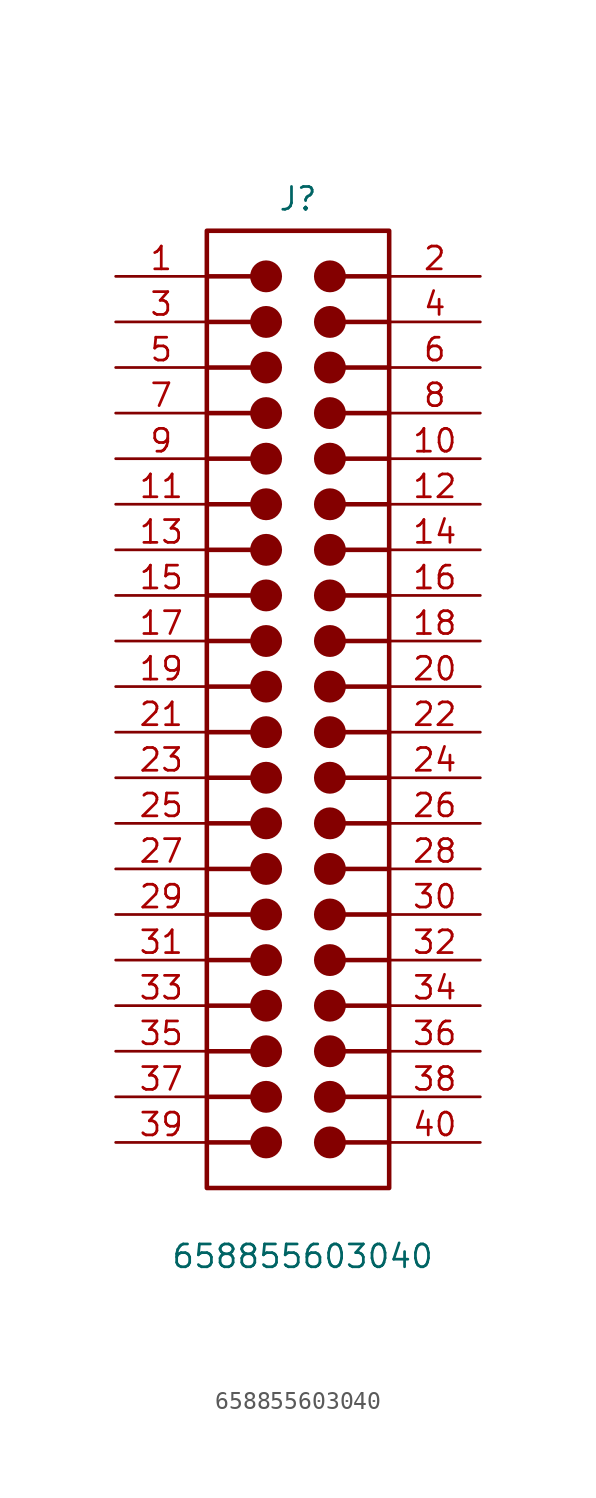
<source format=kicad_sym>
(kicad_symbol_lib
  (version 20241209)
  (generator "kicad_symbol_editor")
  (generator_version "9.0")
  (symbol "658855603040"
    (pin_names
      (hide yes))
    (property "Reference" "J"
      (at 0 27.178 0)
      (effects (font (size 1.27 1.27))))
    (property "Value" "658855603040"
      (at 0.254 -31.75 0)
      (effects (font (size 1.27 1.27))))
    (symbol "658855603040_1_1"
      (rectangle (start -5.08 25.4) (end 5.08 -27.94) (stroke (width 0.254) (type solid)) (fill (type none)))
      (polyline (pts (xy -5.08 22.86) (xy -2.54 22.86)) (stroke (width 0.254) (type solid)) (fill (type none)))
      (polyline (pts (xy -5.08 20.32) (xy -2.54 20.32)) (stroke (width 0.254) (type solid)) (fill (type none)))
      (polyline (pts (xy -5.08 17.78) (xy -2.54 17.78)) (stroke (width 0.254) (type solid)) (fill (type none)))
      (polyline (pts (xy -5.08 15.24) (xy -2.54 15.24)) (stroke (width 0.254) (type solid)) (fill (type none)))
      (polyline (pts (xy -5.08 12.7) (xy -2.54 12.7)) (stroke (width 0.254) (type solid)) (fill (type none)))
      (polyline (pts (xy -5.08 10.16) (xy -2.54 10.16)) (stroke (width 0.254) (type solid)) (fill (type none)))
      (polyline (pts (xy -5.08 7.62) (xy -2.54 7.62)) (stroke (width 0.254) (type solid)) (fill (type none)))
      (polyline (pts (xy -5.08 5.08) (xy -2.54 5.08)) (stroke (width 0.254) (type solid)) (fill (type none)))
      (polyline (pts (xy -5.08 2.54) (xy -2.54 2.54)) (stroke (width 0.254) (type solid)) (fill (type none)))
      (polyline (pts (xy -5.08 0) (xy -2.54 0)) (stroke (width 0.254) (type solid)) (fill (type none)))
      (polyline (pts (xy -5.08 -2.54) (xy -2.54 -2.54)) (stroke (width 0.254) (type solid)) (fill (type none)))
      (polyline (pts (xy -5.08 -5.08) (xy -2.54 -5.08)) (stroke (width 0.254) (type solid)) (fill (type none)))
      (polyline (pts (xy -5.08 -7.62) (xy -2.54 -7.62)) (stroke (width 0.254) (type solid)) (fill (type none)))
      (polyline (pts (xy -5.08 -10.16) (xy -2.54 -10.16)) (stroke (width 0.254) (type solid)) (fill (type none)))
      (polyline (pts (xy -5.08 -12.7) (xy -2.54 -12.7)) (stroke (width 0.254) (type solid)) (fill (type none)))
      (polyline (pts (xy -5.08 -15.24) (xy -2.54 -15.24)) (stroke (width 0.254) (type solid)) (fill (type none)))
      (polyline (pts (xy -5.08 -17.78) (xy -2.54 -17.78)) (stroke (width 0.254) (type solid)) (fill (type none)))
      (polyline (pts (xy -5.08 -20.32) (xy -2.54 -20.32)) (stroke (width 0.254) (type solid)) (fill (type none)))
      (polyline (pts (xy -5.08 -22.86) (xy -2.54 -22.86)) (stroke (width 0.254) (type solid)) (fill (type none)))
      (polyline (pts (xy -5.08 -25.4) (xy -2.54 -25.4)) (stroke (width 0.254) (type solid)) (fill (type none)))
      (circle (center -1.778 22.86) (radius 0.762) (stroke (width 0.254) (type solid)) (fill (type outline)))
      (circle (center -1.778 20.32) (radius 0.762) (stroke (width 0.254) (type solid)) (fill (type outline)))
      (circle (center -1.778 17.78) (radius 0.762) (stroke (width 0.254) (type solid)) (fill (type outline)))
      (circle (center -1.778 15.24) (radius 0.762) (stroke (width 0.254) (type solid)) (fill (type outline)))
      (circle (center -1.778 12.7) (radius 0.762) (stroke (width 0.254) (type solid)) (fill (type outline)))
      (circle (center -1.778 10.16) (radius 0.762) (stroke (width 0.254) (type solid)) (fill (type outline)))
      (circle (center -1.778 7.62) (radius 0.762) (stroke (width 0.254) (type solid)) (fill (type outline)))
      (circle (center -1.778 5.08) (radius 0.762) (stroke (width 0.254) (type solid)) (fill (type outline)))
      (circle (center -1.778 2.54) (radius 0.762) (stroke (width 0.254) (type solid)) (fill (type outline)))
      (circle (center -1.778 0) (radius 0.762) (stroke (width 0.254) (type solid)) (fill (type outline)))
      (circle (center -1.778 -2.54) (radius 0.762) (stroke (width 0.254) (type solid)) (fill (type outline)))
      (circle (center -1.778 -5.08) (radius 0.762) (stroke (width 0.254) (type solid)) (fill (type outline)))
      (circle (center -1.778 -7.62) (radius 0.762) (stroke (width 0.254) (type solid)) (fill (type outline)))
      (circle (center -1.778 -10.16) (radius 0.762) (stroke (width 0.254) (type solid)) (fill (type outline)))
      (circle (center -1.778 -12.7) (radius 0.762) (stroke (width 0.254) (type solid)) (fill (type outline)))
      (circle (center -1.778 -15.24) (radius 0.762) (stroke (width 0.254) (type solid)) (fill (type outline)))
      (circle (center -1.778 -17.78) (radius 0.762) (stroke (width 0.254) (type solid)) (fill (type outline)))
      (circle (center -1.778 -20.32) (radius 0.762) (stroke (width 0.254) (type solid)) (fill (type outline)))
      (circle (center -1.778 -22.86) (radius 0.762) (stroke (width 0.254) (type solid)) (fill (type outline)))
      (circle (center -1.778 -25.4) (radius 0.762) (stroke (width 0.254) (type solid)) (fill (type outline)))
      (circle (center 1.778 22.86) (radius 0.762) (stroke (width 0.254) (type solid)) (fill (type outline)))
      (circle (center 1.778 20.32) (radius 0.762) (stroke (width 0.254) (type solid)) (fill (type outline)))
      (circle (center 1.778 17.78) (radius 0.762) (stroke (width 0.254) (type solid)) (fill (type outline)))
      (circle (center 1.778 15.24) (radius 0.762) (stroke (width 0.254) (type solid)) (fill (type outline)))
      (circle (center 1.778 12.7) (radius 0.762) (stroke (width 0.254) (type solid)) (fill (type outline)))
      (circle (center 1.778 10.16) (radius 0.762) (stroke (width 0.254) (type solid)) (fill (type outline)))
      (circle (center 1.778 7.62) (radius 0.762) (stroke (width 0.254) (type solid)) (fill (type outline)))
      (circle (center 1.778 5.08) (radius 0.762) (stroke (width 0.254) (type solid)) (fill (type outline)))
      (circle (center 1.778 2.54) (radius 0.762) (stroke (width 0.254) (type solid)) (fill (type outline)))
      (circle (center 1.778 0) (radius 0.762) (stroke (width 0.254) (type solid)) (fill (type outline)))
      (circle (center 1.778 -2.54) (radius 0.762) (stroke (width 0.254) (type solid)) (fill (type outline)))
      (circle (center 1.778 -5.08) (radius 0.762) (stroke (width 0.254) (type solid)) (fill (type outline)))
      (circle (center 1.778 -7.62) (radius 0.762) (stroke (width 0.254) (type solid)) (fill (type outline)))
      (circle (center 1.778 -10.16) (radius 0.762) (stroke (width 0.254) (type solid)) (fill (type outline)))
      (circle (center 1.778 -12.7) (radius 0.762) (stroke (width 0.254) (type solid)) (fill (type outline)))
      (circle (center 1.778 -15.24) (radius 0.762) (stroke (width 0.254) (type solid)) (fill (type outline)))
      (circle (center 1.778 -17.78) (radius 0.762) (stroke (width 0.254) (type solid)) (fill (type outline)))
      (circle (center 1.778 -20.32) (radius 0.762) (stroke (width 0.254) (type solid)) (fill (type outline)))
      (circle (center 1.778 -22.86) (radius 0.762) (stroke (width 0.254) (type solid)) (fill (type outline)))
      (circle (center 1.778 -25.4) (radius 0.762) (stroke (width 0.254) (type solid)) (fill (type outline)))
      (polyline (pts (xy 5.08 22.86) (xy 2.54 22.86)) (stroke (width 0.254) (type solid)) (fill (type none)))
      (polyline (pts (xy 5.08 20.32) (xy 2.54 20.32)) (stroke (width 0.254) (type solid)) (fill (type none)))
      (polyline (pts (xy 5.08 17.78) (xy 2.54 17.78)) (stroke (width 0.254) (type solid)) (fill (type none)))
      (polyline (pts (xy 5.08 15.24) (xy 2.54 15.24)) (stroke (width 0.254) (type solid)) (fill (type none)))
      (polyline (pts (xy 5.08 12.7) (xy 2.54 12.7)) (stroke (width 0.254) (type solid)) (fill (type none)))
      (polyline (pts (xy 5.08 10.16) (xy 2.54 10.16)) (stroke (width 0.254) (type solid)) (fill (type none)))
      (polyline (pts (xy 5.08 7.62) (xy 2.54 7.62)) (stroke (width 0.254) (type solid)) (fill (type none)))
      (polyline (pts (xy 5.08 5.08) (xy 2.54 5.08)) (stroke (width 0.254) (type solid)) (fill (type none)))
      (polyline (pts (xy 5.08 2.54) (xy 2.54 2.54)) (stroke (width 0.254) (type solid)) (fill (type none)))
      (polyline (pts (xy 5.08 0) (xy 2.54 0)) (stroke (width 0.254) (type solid)) (fill (type none)))
      (polyline (pts (xy 5.08 -2.54) (xy 2.54 -2.54)) (stroke (width 0.254) (type solid)) (fill (type none)))
      (polyline (pts (xy 5.08 -5.08) (xy 2.54 -5.08)) (stroke (width 0.254) (type solid)) (fill (type none)))
      (polyline (pts (xy 5.08 -7.62) (xy 2.54 -7.62)) (stroke (width 0.254) (type solid)) (fill (type none)))
      (polyline (pts (xy 5.08 -10.16) (xy 2.54 -10.16)) (stroke (width 0.254) (type solid)) (fill (type none)))
      (polyline (pts (xy 5.08 -12.7) (xy 2.54 -12.7)) (stroke (width 0.254) (type solid)) (fill (type none)))
      (polyline (pts (xy 5.08 -15.24) (xy 2.54 -15.24)) (stroke (width 0.254) (type solid)) (fill (type none)))
      (polyline (pts (xy 5.08 -17.78) (xy 2.54 -17.78)) (stroke (width 0.254) (type solid)) (fill (type none)))
      (polyline (pts (xy 5.08 -20.32) (xy 2.54 -20.32)) (stroke (width 0.254) (type solid)) (fill (type none)))
      (polyline (pts (xy 5.08 -22.86) (xy 2.54 -22.86)) (stroke (width 0.254) (type solid)) (fill (type none)))
      (polyline (pts (xy 5.08 -25.4) (xy 2.54 -25.4)) (stroke (width 0.254) (type solid)) (fill (type none)))
      (pin passive line (at -10.16 22.86 0) (length 5.08) (name "1" (effects (font (size 1.27 1.27)))) (number "1" (effects (font (size 1.27 1.27)))))
      (pin passive line (at -10.16 20.32 0) (length 5.08) (name "3" (effects (font (size 1.27 1.27)))) (number "3" (effects (font (size 1.27 1.27)))))
      (pin passive line (at -10.16 17.78 0) (length 5.08) (name "5" (effects (font (size 1.27 1.27)))) (number "5" (effects (font (size 1.27 1.27)))))
      (pin passive line (at -10.16 15.24 0) (length 5.08) (name "7" (effects (font (size 1.27 1.27)))) (number "7" (effects (font (size 1.27 1.27)))))
      (pin passive line (at -10.16 12.7 0) (length 5.08) (name "9" (effects (font (size 1.27 1.27)))) (number "9" (effects (font (size 1.27 1.27)))))
      (pin passive line (at -10.16 10.16 0) (length 5.08) (name "11" (effects (font (size 1.27 1.27)))) (number "11" (effects (font (size 1.27 1.27)))))
      (pin passive line (at -10.16 7.62 0) (length 5.08) (name "13" (effects (font (size 1.27 1.27)))) (number "13" (effects (font (size 1.27 1.27)))))
      (pin passive line (at -10.16 5.08 0) (length 5.08) (name "15" (effects (font (size 1.27 1.27)))) (number "15" (effects (font (size 1.27 1.27)))))
      (pin passive line (at -10.16 2.54 0) (length 5.08) (name "17" (effects (font (size 1.27 1.27)))) (number "17" (effects (font (size 1.27 1.27)))))
      (pin passive line (at -10.16 0 0) (length 5.08) (name "19" (effects (font (size 1.27 1.27)))) (number "19" (effects (font (size 1.27 1.27)))))
      (pin passive line (at -10.16 -2.54 0) (length 5.08) (name "21" (effects (font (size 1.27 1.27)))) (number "21" (effects (font (size 1.27 1.27)))))
      (pin passive line (at -10.16 -5.08 0) (length 5.08) (name "23" (effects (font (size 1.27 1.27)))) (number "23" (effects (font (size 1.27 1.27)))))
      (pin passive line (at -10.16 -7.62 0) (length 5.08) (name "25" (effects (font (size 1.27 1.27)))) (number "25" (effects (font (size 1.27 1.27)))))
      (pin passive line (at -10.16 -10.16 0) (length 5.08) (name "27" (effects (font (size 1.27 1.27)))) (number "27" (effects (font (size 1.27 1.27)))))
      (pin passive line (at -10.16 -12.7 0) (length 5.08) (name "29" (effects (font (size 1.27 1.27)))) (number "29" (effects (font (size 1.27 1.27)))))
      (pin passive line (at -10.16 -15.24 0) (length 5.08) (name "31" (effects (font (size 1.27 1.27)))) (number "31" (effects (font (size 1.27 1.27)))))
      (pin passive line (at -10.16 -17.78 0) (length 5.08) (name "33" (effects (font (size 1.27 1.27)))) (number "33" (effects (font (size 1.27 1.27)))))
      (pin passive line (at -10.16 -20.32 0) (length 5.08) (name "35" (effects (font (size 1.27 1.27)))) (number "35" (effects (font (size 1.27 1.27)))))
      (pin passive line (at -10.16 -22.86 0) (length 5.08) (name "37" (effects (font (size 1.27 1.27)))) (number "37" (effects (font (size 1.27 1.27)))))
      (pin passive line (at -10.16 -25.4 0) (length 5.08) (name "39" (effects (font (size 1.27 1.27)))) (number "39" (effects (font (size 1.27 1.27)))))
      (pin passive line (at 10.16 22.86 180) (length 5.08) (name "2" (effects (font (size 1.27 1.27)))) (number "2" (effects (font (size 1.27 1.27)))))
      (pin passive line (at 10.16 20.32 180) (length 5.08) (name "4" (effects (font (size 1.27 1.27)))) (number "4" (effects (font (size 1.27 1.27)))))
      (pin passive line (at 10.16 17.78 180) (length 5.08) (name "6" (effects (font (size 1.27 1.27)))) (number "6" (effects (font (size 1.27 1.27)))))
      (pin passive line (at 10.16 15.24 180) (length 5.08) (name "8" (effects (font (size 1.27 1.27)))) (number "8" (effects (font (size 1.27 1.27)))))
      (pin passive line (at 10.16 12.7 180) (length 5.08) (name "10" (effects (font (size 1.27 1.27)))) (number "10" (effects (font (size 1.27 1.27)))))
      (pin passive line (at 10.16 10.16 180) (length 5.08) (name "12" (effects (font (size 1.27 1.27)))) (number "12" (effects (font (size 1.27 1.27)))))
      (pin passive line (at 10.16 7.62 180) (length 5.08) (name "14" (effects (font (size 1.27 1.27)))) (number "14" (effects (font (size 1.27 1.27)))))
      (pin passive line (at 10.16 5.08 180) (length 5.08) (name "16" (effects (font (size 1.27 1.27)))) (number "16" (effects (font (size 1.27 1.27)))))
      (pin passive line (at 10.16 2.54 180) (length 5.08) (name "18" (effects (font (size 1.27 1.27)))) (number "18" (effects (font (size 1.27 1.27)))))
      (pin passive line (at 10.16 0 180) (length 5.08) (name "20" (effects (font (size 1.27 1.27)))) (number "20" (effects (font (size 1.27 1.27)))))
      (pin passive line (at 10.16 -2.54 180) (length 5.08) (name "22" (effects (font (size 1.27 1.27)))) (number "22" (effects (font (size 1.27 1.27)))))
      (pin passive line (at 10.16 -5.08 180) (length 5.08) (name "24" (effects (font (size 1.27 1.27)))) (number "24" (effects (font (size 1.27 1.27)))))
      (pin passive line (at 10.16 -7.62 180) (length 5.08) (name "1" (effects (font (size 1.27 1.27)))) (number "26" (effects (font (size 1.27 1.27)))))
      (pin passive line (at 10.16 -10.16 180) (length 5.08) (name "28" (effects (font (size 1.27 1.27)))) (number "28" (effects (font (size 1.27 1.27)))))
      (pin passive line (at 10.16 -12.7 180) (length 5.08) (name "30" (effects (font (size 1.27 1.27)))) (number "30" (effects (font (size 1.27 1.27)))))
      (pin passive line (at 10.16 -15.24 180) (length 5.08) (name "32" (effects (font (size 1.27 1.27)))) (number "32" (effects (font (size 1.27 1.27)))))
      (pin passive line (at 10.16 -17.78 180) (length 5.08) (name "34" (effects (font (size 1.27 1.27)))) (number "34" (effects (font (size 1.27 1.27)))))
      (pin passive line (at 10.16 -20.32 180) (length 5.08) (name "36" (effects (font (size 1.27 1.27)))) (number "36" (effects (font (size 1.27 1.27)))))
      (pin passive line (at 10.16 -22.86 180) (length 5.08) (name "38" (effects (font (size 1.27 1.27)))) (number "38" (effects (font (size 1.27 1.27)))))
      (pin passive line (at 10.16 -25.4 180) (length 5.08) (name "40" (effects (font (size 1.27 1.27)))) (number "40" (effects (font (size 1.27 1.27))))))))
</source>
